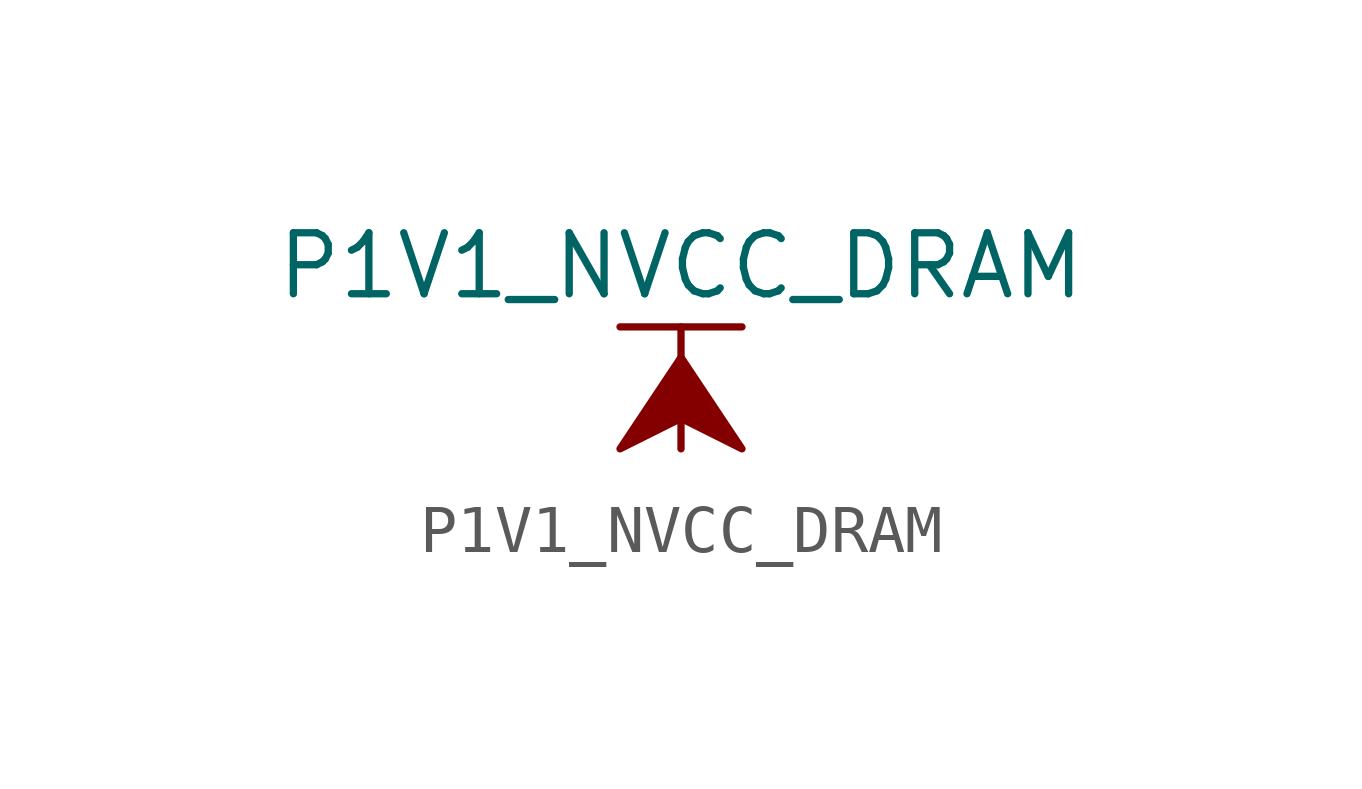
<source format=kicad_sym>
(kicad_symbol_lib
  (version 20211014)
  (generator kicad_symbol_editor)
  (symbol "P1V1_NVCC_DRAM"
    (power)
    (pin_names
      (offset 0))
    (property "Reference" "#PWR"
      (at 0 -3.81 0)
      (effects (font (size 1.27 1.27)) hide))
    (property "Value" "P1V1_NVCC_DRAM"
      (at 0 3.81 0)
      (effects (font (size 1.27 1.27))))
    (symbol "P1V1_NVCC_DRAM_0_1"
      (polyline (pts (xy -1.27 2.54) (xy 1.27 2.54)) (stroke (width 0.152) (type default) (color 0 0 0 0)) (fill (type none)))
      (polyline (pts (xy 0 0) (xy 0 2.54)) (stroke (width 0.152) (type default) (color 0 0 0 0)) (fill (type none)))
      (polyline (pts (xy 0 1.905) (xy -1.27 0) (xy 0 0.635) (xy 1.27 0) (xy 0 1.905)) (stroke (width 0.152) (type default) (color 0 0 0 0)) (fill (type outline))))
    (symbol "P1V1_NVCC_DRAM_1_1"
      (pin power_in line (at 0 0 90) (length 0) hide (name "P1V1_NVCC_DRAM" (effects (font (size 1.27 1.27)))) (number "1" (effects (font (size 1.27 1.27))))))))
</source>
